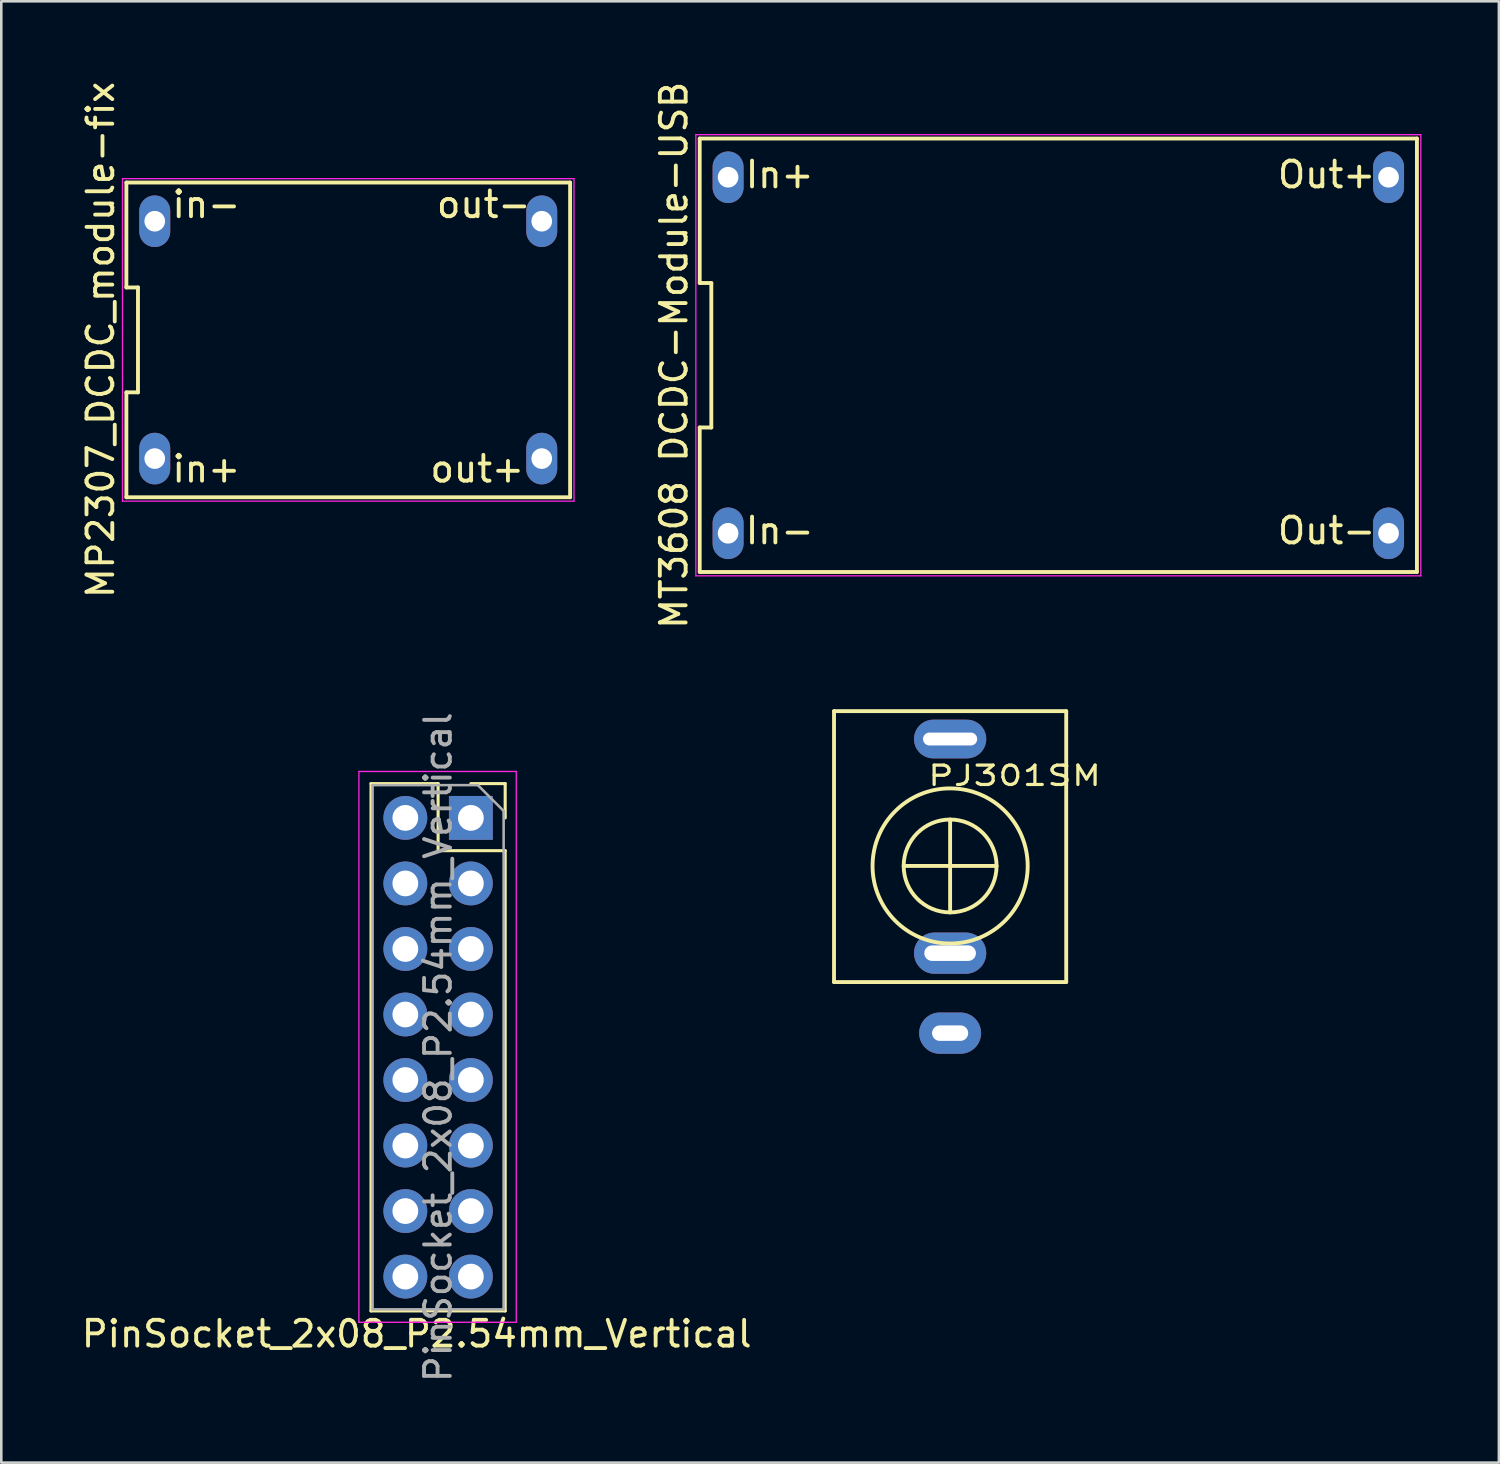
<source format=kicad_pcb>
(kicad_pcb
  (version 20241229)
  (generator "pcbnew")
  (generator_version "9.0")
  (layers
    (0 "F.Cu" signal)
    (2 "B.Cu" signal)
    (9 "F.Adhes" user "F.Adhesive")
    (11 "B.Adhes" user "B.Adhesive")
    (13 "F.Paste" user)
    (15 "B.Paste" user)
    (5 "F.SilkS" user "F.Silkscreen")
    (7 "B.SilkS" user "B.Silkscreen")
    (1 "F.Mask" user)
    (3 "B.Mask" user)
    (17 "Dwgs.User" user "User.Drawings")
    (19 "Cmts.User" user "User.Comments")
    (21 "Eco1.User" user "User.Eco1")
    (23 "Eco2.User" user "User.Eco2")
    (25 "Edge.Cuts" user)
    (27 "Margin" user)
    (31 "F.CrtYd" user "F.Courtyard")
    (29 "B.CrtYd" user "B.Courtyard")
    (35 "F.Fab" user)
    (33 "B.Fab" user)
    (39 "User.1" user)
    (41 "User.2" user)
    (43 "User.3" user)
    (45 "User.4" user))
  (footprint "MT3608 DCDC-Module-USB"
    (layer "F.Cu")
    (at 37.971 10.72)
    (property "Reference" "MT3608 DCDC-Module-USB" (at -14.9 0 90) (layer "F.SilkS") (effects (font (size 1 1) (thickness 0.15))))
    (attr through_hole)
    (fp_line (start -13.9 -8.4) (end -13.9 -2.8) (stroke (width 0.15) (type solid)) (layer "F.SilkS"))
    (fp_line (start -13.9 -2.8) (end -13.45 -2.8) (stroke (width 0.15) (type solid)) (layer "F.SilkS"))
    (fp_line (start -13.9 2.8) (end -13.9 8.4) (stroke (width 0.15) (type solid)) (layer "F.SilkS"))
    (fp_line (start -13.9 8.4) (end 13.9 8.4) (stroke (width 0.15) (type solid)) (layer "F.SilkS"))
    (fp_line (start -13.45 -2.8) (end -13.45 2.8) (stroke (width 0.15) (type solid)) (layer "F.SilkS"))
    (fp_line (start -13.45 2.8) (end -13.9 2.8) (stroke (width 0.15) (type solid)) (layer "F.SilkS"))
    (fp_line (start 13.9 -8.4) (end -13.9 -8.4) (stroke (width 0.15) (type solid)) (layer "F.SilkS"))
    (fp_line (start 13.9 8.4) (end 13.9 -8.4) (stroke (width 0.15) (type solid)) (layer "F.SilkS"))
    (fp_line (start -14.05 -8.55) (end 14.05 -8.55) (stroke (width 0.05) (type solid)) (layer "F.CrtYd"))
    (fp_line (start -14.05 8.55) (end -14.05 -8.55) (stroke (width 0.05) (type solid)) (layer "F.CrtYd"))
    (fp_line (start 14.05 -8.55) (end 14.05 8.55) (stroke (width 0.05) (type solid)) (layer "F.CrtYd"))
    (fp_line (start 14.05 8.55) (end -14.05 8.55) (stroke (width 0.05) (type solid)) (layer "F.CrtYd"))
    (fp_text user "In+" (at -10.8 -7 0) (layer "F.SilkS") (effects (font (size 1 1) (thickness 0.15))))
    (fp_text user "Out+" (at 10.4 -7 0) (layer "F.SilkS") (effects (font (size 1 1) (thickness 0.15))))
    (fp_text user "In-" (at -10.8 6.8 0) (layer "F.SilkS") (effects (font (size 1 1) (thickness 0.15))))
    (fp_text user "Out-" (at 10.4 6.8 0) (layer "F.SilkS") (effects (font (size 1 1) (thickness 0.15))))
    (pad "1" thru_hole oval (at -12.8 6.9) (size 1.2 2) (drill 0.8) (layers "*.Cu" "*.Mask"))
    (pad "2" thru_hole oval (at -12.8 -6.9) (size 1.2 2) (drill 0.8) (layers "*.Cu" "*.Mask"))
    (pad "3" thru_hole oval (at 12.8 6.9) (size 1.2 2) (drill 0.8) (layers "*.Cu" "*.Mask"))
    (pad "4" thru_hole oval (at 12.8 -6.9) (size 1.2 2) (drill 0.8) (layers "*.Cu" "*.Mask")))
  (footprint "PJ301SM"
    (layer "F.Cu")
    (at 33.777 30.515)
    (property "Reference" "PJ301SM" (at 2.5 -3.5 0) (layer "F.SilkS") (effects (font (size 0.75 1) (thickness 0.125))))
    (attr through_hole)
    (fp_line (start -4.5 -6) (end -4.5 4.5) (stroke (width 0.15) (type solid)) (layer "F.SilkS"))
    (fp_line (start -4.5 4.5) (end 4.5 4.5) (stroke (width 0.15) (type solid)) (layer "F.SilkS"))
    (fp_line (start 0 -1.8) (end 0 1.8) (stroke (width 0.15) (type solid)) (layer "F.SilkS"))
    (fp_line (start 1.8 0) (end -1.8 0) (stroke (width 0.15) (type solid)) (layer "F.SilkS"))
    (fp_line (start 4.5 -6) (end -4.5 -6) (stroke (width 0.15) (type solid)) (layer "F.SilkS"))
    (fp_line (start 4.5 4.5) (end 4.5 -6) (stroke (width 0.15) (type solid)) (layer "F.SilkS"))
    (fp_circle (center 0 0) (end 1.8 0) (stroke (width 0.15) (type solid)) (fill no) (layer "F.SilkS"))
    (fp_circle (center 0 0) (end 3 0.2) (stroke (width 0.15) (type solid)) (fill no) (layer "F.SilkS"))
    (pad "S" thru_hole oval (at 0 6.48) (size 2.4 1.6) (drill oval 1.4 0.6) (layers "*.Cu" "*.Mask"))
    (pad "T" thru_hole oval (at 0 -4.92) (size 2.8 1.5) (drill oval 2.1 0.5) (layers "*.Cu" "*.Mask"))
    (pad "TN" thru_hole oval (at 0 3.38) (size 2.8 1.6) (drill oval 2 0.6) (layers "*.Cu" "*.Mask")))
  (footprint "PinSocket_2x08_P2.54mm_Vertical"
    (layer "F.Cu")
    (at 15.201 28.652)
    (property "Reference" "PinSocket_2x08_P2.54mm_Vertical" (at -2.1 20 0) (layer "F.SilkS") (effects (font (size 1 1) (thickness 0.15))))
    (attr through_hole)
    (fp_line (start -3.87 -1.33) (end -3.87 19.11) (stroke (width 0.12) (type solid)) (layer "F.SilkS"))
    (fp_line (start -3.87 -1.33) (end -1.27 -1.33) (stroke (width 0.12) (type solid)) (layer "F.SilkS"))
    (fp_line (start -3.87 19.11) (end 1.33 19.11) (stroke (width 0.12) (type solid)) (layer "F.SilkS"))
    (fp_line (start -1.27 -1.33) (end -1.27 1.27) (stroke (width 0.12) (type solid)) (layer "F.SilkS"))
    (fp_line (start -1.27 1.27) (end 1.33 1.27) (stroke (width 0.12) (type solid)) (layer "F.SilkS"))
    (fp_line (start 0 -1.33) (end 1.33 -1.33) (stroke (width 0.12) (type solid)) (layer "F.SilkS"))
    (fp_line (start 1.33 -1.33) (end 1.33 0) (stroke (width 0.12) (type solid)) (layer "F.SilkS"))
    (fp_line (start 1.33 1.27) (end 1.33 19.11) (stroke (width 0.12) (type solid)) (layer "F.SilkS"))
    (fp_line (start -4.34 -1.8) (end 1.76 -1.8) (stroke (width 0.05) (type solid)) (layer "F.CrtYd"))
    (fp_line (start -4.34 19.55) (end -4.34 -1.8) (stroke (width 0.05) (type solid)) (layer "F.CrtYd"))
    (fp_line (start 1.76 -1.8) (end 1.76 19.55) (stroke (width 0.05) (type solid)) (layer "F.CrtYd"))
    (fp_line (start 1.76 19.55) (end -4.34 19.55) (stroke (width 0.05) (type solid)) (layer "F.CrtYd"))
    (fp_line (start -3.81 -1.27) (end 0.27 -1.27) (stroke (width 0.1) (type solid)) (layer "F.Fab"))
    (fp_line (start -3.81 19.05) (end -3.81 -1.27) (stroke (width 0.1) (type solid)) (layer "F.Fab"))
    (fp_line (start 0.27 -1.27) (end 1.27 -0.27) (stroke (width 0.1) (type solid)) (layer "F.Fab"))
    (fp_line (start 1.27 -0.27) (end 1.27 19.05) (stroke (width 0.1) (type solid)) (layer "F.Fab"))
    (fp_line (start 1.27 19.05) (end -3.81 19.05) (stroke (width 0.1) (type solid)) (layer "F.Fab"))
    (fp_text user "${REFERENCE}" (at -1.27 8.89 90) (layer "F.Fab") (effects (font (size 1 1) (thickness 0.15))))
    (pad "1" thru_hole rect (at 0 0) (size 1.7 1.7) (drill 1) (layers "*.Cu" "*.Mask"))
    (pad "2" thru_hole oval (at -2.54 0) (size 1.7 1.7) (drill 1) (layers "*.Cu" "*.Mask"))
    (pad "3" thru_hole oval (at 0 2.54) (size 1.7 1.7) (drill 1) (layers "*.Cu" "*.Mask"))
    (pad "4" thru_hole oval (at -2.54 2.54) (size 1.7 1.7) (drill 1) (layers "*.Cu" "*.Mask"))
    (pad "5" thru_hole oval (at 0 5.08) (size 1.7 1.7) (drill 1) (layers "*.Cu" "*.Mask"))
    (pad "6" thru_hole oval (at -2.54 5.08) (size 1.7 1.7) (drill 1) (layers "*.Cu" "*.Mask"))
    (pad "7" thru_hole oval (at 0 7.62) (size 1.7 1.7) (drill 1) (layers "*.Cu" "*.Mask"))
    (pad "8" thru_hole oval (at -2.54 7.62) (size 1.7 1.7) (drill 1) (layers "*.Cu" "*.Mask"))
    (pad "9" thru_hole oval (at 0 10.16) (size 1.7 1.7) (drill 1) (layers "*.Cu" "*.Mask"))
    (pad "10" thru_hole oval (at -2.54 10.16) (size 1.7 1.7) (drill 1) (layers "*.Cu" "*.Mask"))
    (pad "11" thru_hole oval (at 0 12.7) (size 1.7 1.7) (drill 1) (layers "*.Cu" "*.Mask"))
    (pad "12" thru_hole oval (at -2.54 12.7) (size 1.7 1.7) (drill 1) (layers "*.Cu" "*.Mask"))
    (pad "13" thru_hole oval (at 0 15.24) (size 1.7 1.7) (drill 1) (layers "*.Cu" "*.Mask"))
    (pad "14" thru_hole oval (at -2.54 15.24) (size 1.7 1.7) (drill 1) (layers "*.Cu" "*.Mask"))
    (pad "15" thru_hole oval (at 0 17.78) (size 1.7 1.7) (drill 1) (layers "*.Cu" "*.Mask"))
    (pad "16" thru_hole oval (at -2.54 17.78) (size 1.7 1.7) (drill 1) (layers "*.Cu" "*.Mask")))
  (footprint "MP2307_DCDC_module-fix"
    (layer "F.Cu")
    (at 10.448 10.125)
    (property "Reference" "MP2307_DCDC_module-fix" (at -9.6 0 90) (layer "F.SilkS") (effects (font (size 1 1) (thickness 0.15))))
    (attr through_hole)
    (fp_line (start -8.6 -6.1) (end -8.6 -2.033) (stroke (width 0.15) (type solid)) (layer "F.SilkS"))
    (fp_line (start -8.6 -2.033) (end -8.15 -2.033) (stroke (width 0.15) (type solid)) (layer "F.SilkS"))
    (fp_line (start -8.6 2.033) (end -8.6 6.1) (stroke (width 0.15) (type solid)) (layer "F.SilkS"))
    (fp_line (start -8.6 6.1) (end 8.6 6.1) (stroke (width 0.15) (type solid)) (layer "F.SilkS"))
    (fp_line (start -8.15 -2.033) (end -8.15 2.033) (stroke (width 0.15) (type solid)) (layer "F.SilkS"))
    (fp_line (start -8.15 2.033) (end -8.6 2.033) (stroke (width 0.15) (type solid)) (layer "F.SilkS"))
    (fp_line (start 8.6 -6.1) (end -8.6 -6.1) (stroke (width 0.15) (type solid)) (layer "F.SilkS"))
    (fp_line (start 8.6 6.1) (end 8.6 -6.1) (stroke (width 0.15) (type solid)) (layer "F.SilkS"))
    (fp_line (start -8.75 -6.25) (end 8.75 -6.25) (stroke (width 0.05) (type solid)) (layer "F.CrtYd"))
    (fp_line (start -8.75 6.25) (end -8.75 -6.25) (stroke (width 0.05) (type solid)) (layer "F.CrtYd"))
    (fp_line (start 8.75 -6.25) (end 8.75 6.25) (stroke (width 0.05) (type solid)) (layer "F.CrtYd"))
    (fp_line (start 8.75 6.25) (end -8.75 6.25) (stroke (width 0.05) (type solid)) (layer "F.CrtYd"))
    (fp_text user "out-" (at 5.25 -5.25 0) (layer "F.SilkS") (effects (font (size 1 1) (thickness 0.15))))
    (fp_text user "in+" (at -5.5 5 0) (layer "F.SilkS") (effects (font (size 1 1) (thickness 0.15))))
    (fp_text user "in-" (at -5.5 -5.25 0) (layer "F.SilkS") (effects (font (size 1 1) (thickness 0.15))))
    (fp_text user "out+" (at 5 5 0) (layer "F.SilkS") (effects (font (size 1 1) (thickness 0.15))))
    (pad "1" thru_hole oval (at -7.5 4.6) (size 1.2 2) (drill 0.8) (layers "*.Cu" "*.Mask"))
    (pad "2" thru_hole oval (at -7.5 -4.6) (size 1.2 2) (drill 0.8) (layers "*.Cu" "*.Mask"))
    (pad "3" thru_hole oval (at 7.5 4.6) (size 1.2 2) (drill 0.8) (layers "*.Cu" "*.Mask"))
    (pad "4" thru_hole oval (at 7.5 -4.6) (size 1.2 2) (drill 0.8) (layers "*.Cu" "*.Mask")))
  (gr_rect
    (start -3 -3)
    (end 55.047 53.643)
    (stroke (width 0.1) (type default))
    (fill no)
    (layer "Edge.Cuts")))
</source>
